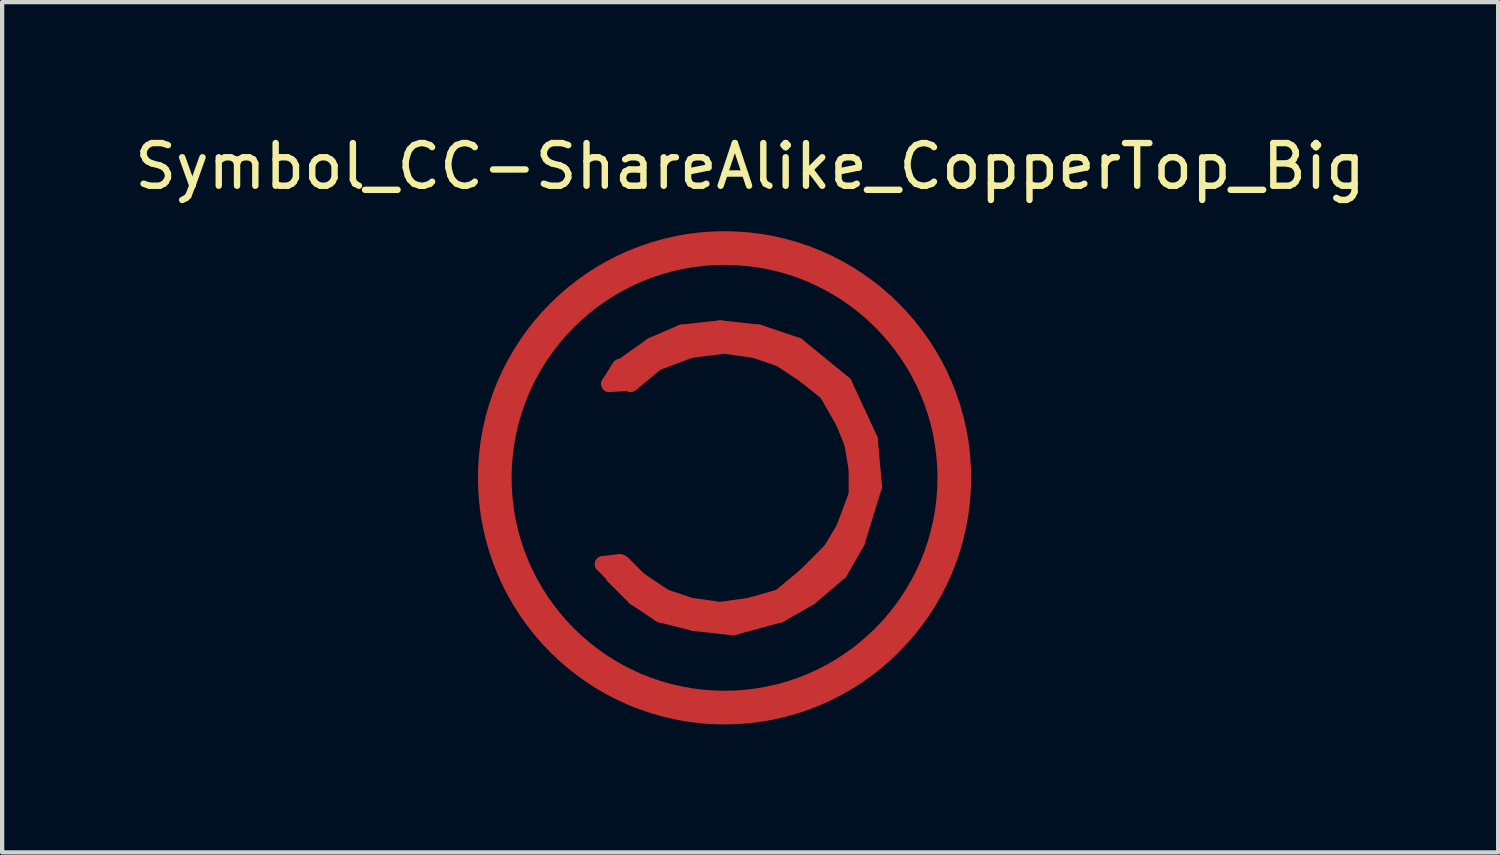
<source format=kicad_pcb>
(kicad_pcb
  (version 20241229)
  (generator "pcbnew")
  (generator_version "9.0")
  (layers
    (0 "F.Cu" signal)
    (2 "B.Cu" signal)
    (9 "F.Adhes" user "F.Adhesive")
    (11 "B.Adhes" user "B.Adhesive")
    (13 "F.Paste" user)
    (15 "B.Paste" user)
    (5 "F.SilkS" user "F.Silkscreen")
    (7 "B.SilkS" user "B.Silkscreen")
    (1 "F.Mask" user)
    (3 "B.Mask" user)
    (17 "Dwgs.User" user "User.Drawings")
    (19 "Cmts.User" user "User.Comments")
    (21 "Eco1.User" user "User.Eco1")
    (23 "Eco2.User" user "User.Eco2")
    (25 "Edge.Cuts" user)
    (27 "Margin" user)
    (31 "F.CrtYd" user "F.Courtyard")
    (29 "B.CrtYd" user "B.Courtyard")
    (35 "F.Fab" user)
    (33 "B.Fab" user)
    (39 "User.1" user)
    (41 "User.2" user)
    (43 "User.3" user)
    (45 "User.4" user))
  (footprint "Symbol_CC-ShareAlike_CopperTop_Big"
    (layer "F.Cu")
    (at 13.93 8.148)
    (property "Reference" "Symbol_CC-ShareAlike_CopperTop_Big" (at 0.599 -7.3 0) (layer "F.SilkS") (effects (font (size 1 1) (thickness 0.15))))
    (attr exclude_from_pos_files exclude_from_bom)
    (fp_line (start -5.4 0.099) (end -5.199 1.3) (stroke (width 0.381) (type solid)) (layer "F.Cu"))
    (fp_line (start -5.301 -1.1) (end -5.4 0.099) (stroke (width 0.381) (type solid)) (layer "F.Cu"))
    (fp_line (start -5.199 1.3) (end -4.801 2.4) (stroke (width 0.381) (type solid)) (layer "F.Cu"))
    (fp_line (start -5.001 -2.101) (end -5.301 -1.1) (stroke (width 0.381) (type solid)) (layer "F.Cu"))
    (fp_line (start -4.801 2.4) (end -3.8 3.899) (stroke (width 0.381) (type solid)) (layer "F.Cu"))
    (fp_line (start -4.501 -3) (end -5.001 -2.101) (stroke (width 0.381) (type solid)) (layer "F.Cu"))
    (fp_line (start -4 -3.599) (end -4.501 -3) (stroke (width 0.381) (type solid)) (layer "F.Cu"))
    (fp_line (start -3.8 3.899) (end -2.601 4.801) (stroke (width 0.381) (type solid)) (layer "F.Cu"))
    (fp_line (start -3.299 -4.201) (end -4 -3.599) (stroke (width 0.381) (type solid)) (layer "F.Cu"))
    (fp_line (start -2.85 2.025) (end -2.45 1.975) (stroke (width 0.381) (type solid)) (layer "F.Cu"))
    (fp_line (start -2.7 -4.699) (end -3.299 -4.201) (stroke (width 0.381) (type solid)) (layer "F.Cu"))
    (fp_line (start -2.7 -2.2) (end -2.275 -2.225) (stroke (width 0.381) (type solid)) (layer "F.Cu"))
    (fp_line (start -2.625 2.25) (end -2.85 2.025) (stroke (width 0.381) (type solid)) (layer "F.Cu"))
    (fp_line (start -2.601 4.801) (end -1.3 5.301) (stroke (width 0.381) (type solid)) (layer "F.Cu"))
    (fp_line (start -2.45 -2.6) (end -2.7 -2.2) (stroke (width 0.381) (type solid)) (layer "F.Cu"))
    (fp_line (start -2.4 -2.601) (end -1.699 -3.099) (stroke (width 0.381) (type solid)) (layer "F.Cu"))
    (fp_line (start -2.4 1.999) (end -1.999 2.4) (stroke (width 0.381) (type solid)) (layer "F.Cu"))
    (fp_line (start -2.3 2.375) (end -1.875 2.75) (stroke (width 0.381) (type solid)) (layer "F.Cu"))
    (fp_line (start -2.275 -2.225) (end -2.4 -2.55) (stroke (width 0.381) (type solid)) (layer "F.Cu"))
    (fp_line (start -2.101 2.799) (end -2.601 2.301) (stroke (width 0.381) (type solid)) (layer "F.Cu"))
    (fp_line (start -1.999 -4.9) (end -2.7 -4.699) (stroke (width 0.381) (type solid)) (layer "F.Cu"))
    (fp_line (start -1.999 2.4) (end -1.4 2.799) (stroke (width 0.381) (type solid)) (layer "F.Cu"))
    (fp_line (start -1.875 2.75) (end -1.85 2.75) (stroke (width 0.381) (type solid)) (layer "F.Cu"))
    (fp_line (start -1.801 2.901) (end -0.201 3.299) (stroke (width 0.381) (type solid)) (layer "F.Cu"))
    (fp_line (start -1.699 -3.099) (end -1.001 -3.401) (stroke (width 0.381) (type solid)) (layer "F.Cu"))
    (fp_line (start -1.6 -2.7) (end -2.2 -2.2) (stroke (width 0.381) (type solid)) (layer "F.Cu"))
    (fp_line (start -1.501 3.2) (end -2.101 2.799) (stroke (width 0.381) (type solid)) (layer "F.Cu"))
    (fp_line (start -1.4 2.799) (end -0.8 3) (stroke (width 0.381) (type solid)) (layer "F.Cu"))
    (fp_line (start -1.3 -5.1) (end -1.999 -4.9) (stroke (width 0.381) (type solid)) (layer "F.Cu"))
    (fp_line (start -1.3 -3.099) (end -2.2 -2.499) (stroke (width 0.381) (type solid)) (layer "F.Cu"))
    (fp_line (start -1.3 5.301) (end 0.099 5.301) (stroke (width 0.381) (type solid)) (layer "F.Cu"))
    (fp_line (start -1.001 -3.401) (end -0.099 -3.5) (stroke (width 0.381) (type solid)) (layer "F.Cu"))
    (fp_line (start -0.8 -3) (end -1.6 -2.7) (stroke (width 0.381) (type solid)) (layer "F.Cu"))
    (fp_line (start -0.8 3) (end -0.099 3.099) (stroke (width 0.381) (type solid)) (layer "F.Cu"))
    (fp_line (start -0.701 3.401) (end -1.501 3.2) (stroke (width 0.381) (type solid)) (layer "F.Cu"))
    (fp_line (start -0.5 -5.4) (end -1.3 -5.1) (stroke (width 0.381) (type solid)) (layer "F.Cu"))
    (fp_line (start -0.201 3.299) (end 1.3 3) (stroke (width 0.381) (type solid)) (layer "F.Cu"))
    (fp_line (start -0.099 -3.5) (end 0.8 -3.401) (stroke (width 0.381) (type solid)) (layer "F.Cu"))
    (fp_line (start -0.099 3.099) (end 0.599 3) (stroke (width 0.381) (type solid)) (layer "F.Cu"))
    (fp_line (start 0 -5.4) (end -0.5 -5.4) (stroke (width 0.381) (type solid)) (layer "F.Cu"))
    (fp_line (start 0 -3.099) (end -0.8 -3) (stroke (width 0.381) (type solid)) (layer "F.Cu"))
    (fp_line (start 0.099 -3.299) (end -1.3 -3.099) (stroke (width 0.381) (type solid)) (layer "F.Cu"))
    (fp_line (start 0.099 5.301) (end 1.6 5.199) (stroke (width 0.381) (type solid)) (layer "F.Cu"))
    (fp_line (start 0.201 3.5) (end -0.701 3.401) (stroke (width 0.381) (type solid)) (layer "F.Cu"))
    (fp_line (start 0.599 3) (end 1.3 2.799) (stroke (width 0.381) (type solid)) (layer "F.Cu"))
    (fp_line (start 0.701 -3) (end 0 -3.099) (stroke (width 0.381) (type solid)) (layer "F.Cu"))
    (fp_line (start 0.8 -3.401) (end 1.699 -3.099) (stroke (width 0.381) (type solid)) (layer "F.Cu"))
    (fp_line (start 1.3 -2.799) (end 0.701 -3) (stroke (width 0.381) (type solid)) (layer "F.Cu"))
    (fp_line (start 1.3 2.799) (end 1.9 2.301) (stroke (width 0.381) (type solid)) (layer "F.Cu"))
    (fp_line (start 1.3 3) (end 2.301 2.301) (stroke (width 0.381) (type solid)) (layer "F.Cu"))
    (fp_line (start 1.3 3.2) (end 0.201 3.5) (stroke (width 0.381) (type solid)) (layer "F.Cu"))
    (fp_line (start 1.4 -5.199) (end 0 -5.301) (stroke (width 0.381) (type solid)) (layer "F.Cu"))
    (fp_line (start 1.501 -3) (end 0.099 -3.299) (stroke (width 0.381) (type solid)) (layer "F.Cu"))
    (fp_line (start 1.6 5.199) (end 2.601 4.699) (stroke (width 0.381) (type solid)) (layer "F.Cu"))
    (fp_line (start 1.699 -3.099) (end 2.799 -2.2) (stroke (width 0.381) (type solid)) (layer "F.Cu"))
    (fp_line (start 1.9 -2.4) (end 1.3 -2.799) (stroke (width 0.381) (type solid)) (layer "F.Cu"))
    (fp_line (start 1.9 2.301) (end 2.499 1.699) (stroke (width 0.381) (type solid)) (layer "F.Cu"))
    (fp_line (start 1.999 2.799) (end 1.3 3.2) (stroke (width 0.381) (type solid)) (layer "F.Cu"))
    (fp_line (start 2.301 2.301) (end 3 1.199) (stroke (width 0.381) (type solid)) (layer "F.Cu"))
    (fp_line (start 2.4 -4.801) (end 1.4 -5.199) (stroke (width 0.381) (type solid)) (layer "F.Cu"))
    (fp_line (start 2.4 -1.999) (end 1.9 -2.4) (stroke (width 0.381) (type solid)) (layer "F.Cu"))
    (fp_line (start 2.499 -2.2) (end 1.501 -3) (stroke (width 0.381) (type solid)) (layer "F.Cu"))
    (fp_line (start 2.499 1.699) (end 2.799 1.199) (stroke (width 0.381) (type solid)) (layer "F.Cu"))
    (fp_line (start 2.601 4.699) (end 4.201 3.401) (stroke (width 0.381) (type solid)) (layer "F.Cu"))
    (fp_line (start 2.7 2.2) (end 1.999 2.799) (stroke (width 0.381) (type solid)) (layer "F.Cu"))
    (fp_line (start 2.799 -2.2) (end 3.401 -0.899) (stroke (width 0.381) (type solid)) (layer "F.Cu"))
    (fp_line (start 2.799 -1.3) (end 2.4 -1.999) (stroke (width 0.381) (type solid)) (layer "F.Cu"))
    (fp_line (start 2.799 1.199) (end 3.099 0.399) (stroke (width 0.381) (type solid)) (layer "F.Cu"))
    (fp_line (start 3 -0.8) (end 2.799 -1.3) (stroke (width 0.381) (type solid)) (layer "F.Cu"))
    (fp_line (start 3 1.199) (end 3.299 0.201) (stroke (width 0.381) (type solid)) (layer "F.Cu"))
    (fp_line (start 3.099 -1.001) (end 2.499 -2.2) (stroke (width 0.381) (type solid)) (layer "F.Cu"))
    (fp_line (start 3.099 -0.201) (end 3 -0.8) (stroke (width 0.381) (type solid)) (layer "F.Cu"))
    (fp_line (start 3.099 0.399) (end 3.099 -0.201) (stroke (width 0.381) (type solid)) (layer "F.Cu"))
    (fp_line (start 3.099 1.501) (end 2.7 2.2) (stroke (width 0.381) (type solid)) (layer "F.Cu"))
    (fp_line (start 3.299 0.201) (end 3.099 -1.001) (stroke (width 0.381) (type solid)) (layer "F.Cu"))
    (fp_line (start 3.401 -4.1) (end 2.4 -4.801) (stroke (width 0.381) (type solid)) (layer "F.Cu"))
    (fp_line (start 3.401 -0.899) (end 3.5 0.201) (stroke (width 0.381) (type solid)) (layer "F.Cu"))
    (fp_line (start 3.5 0.201) (end 3.099 1.501) (stroke (width 0.381) (type solid)) (layer "F.Cu"))
    (fp_line (start 4.201 3.401) (end 5.001 1.801) (stroke (width 0.381) (type solid)) (layer "F.Cu"))
    (fp_line (start 4.699 -2.499) (end 3.401 -4.1) (stroke (width 0.381) (type solid)) (layer "F.Cu"))
    (fp_line (start 5.001 1.801) (end 5.4 0.3) (stroke (width 0.381) (type solid)) (layer "F.Cu"))
    (fp_line (start 5.199 -1.4) (end 4.699 -2.499) (stroke (width 0.381) (type solid)) (layer "F.Cu"))
    (fp_line (start 5.4 0.3) (end 5.199 -1.4) (stroke (width 0.381) (type solid)) (layer "F.Cu"))
    (fp_circle (center 0 0) (end 5.08 1.016) (stroke (width 0.381) (type solid)) (fill no) (layer "F.Cu"))
    (fp_circle (center 0 0) (end 5.588 0) (stroke (width 0.381) (type solid)) (fill no) (layer "F.Cu")))
  (gr_rect
    (start -3 -3)
    (end 32.06 16.927)
    (stroke (width 0.1) (type default))
    (fill no)
    (layer "Edge.Cuts")))
</source>
